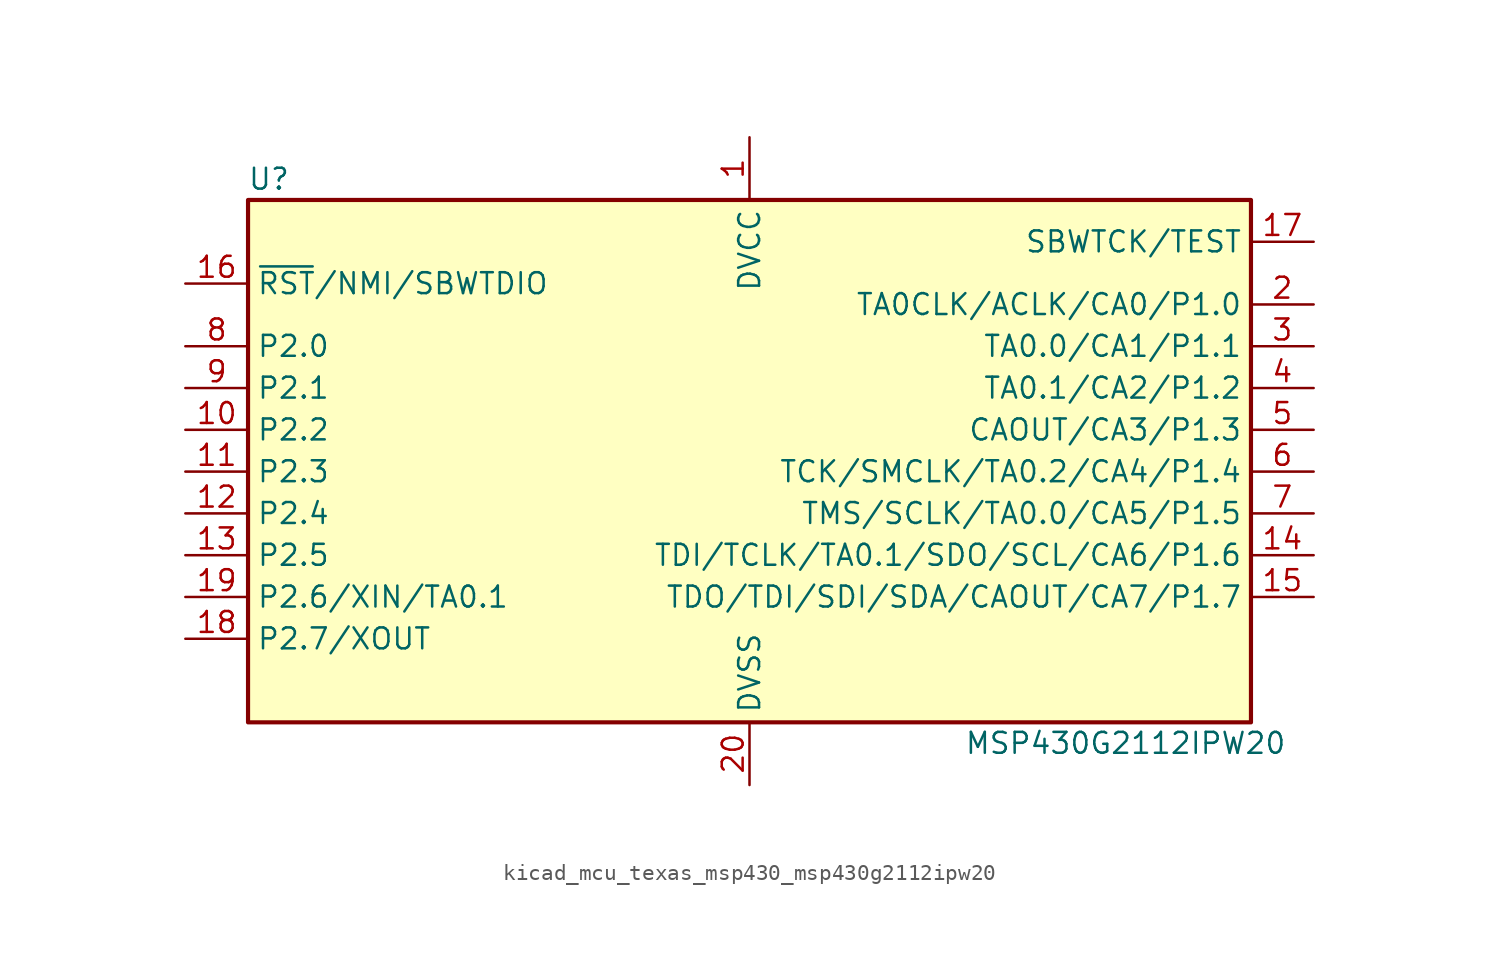
<source format=kicad_sym>
(kicad_symbol_lib
  (version 20220914)
  (generator kicad_symbol_editor)
  (symbol "kicad_mcu_texas_msp430_msp430g2112ipw20"
    (property "Reference" "U"
      (at -29.21 17.78 0)
      (effects (font (size 1.27 1.27))))
    (property "Value" "MSP430G2112IPW20"
      (at 22.86 -16.51 0)
      (effects (font (size 1.27 1.27))))
    (symbol "kicad_mcu_texas_msp430_msp430g2112ipw20_0_1"
      (rectangle (start -30.48 16.51) (end 30.48 -15.24) (stroke (width 0.254) (type default)) (fill (type background))))
    (symbol "kicad_mcu_texas_msp430_msp430g2112ipw20_1_1"
      (pin power_in line (at 0 20.32 270) (length 3.81) (name "DVCC" (effects (font (size 1.27 1.27)))) (number "1" (effects (font (size 1.27 1.27)))))
      (pin bidirectional line (at -34.29 2.54 0) (length 3.81) (name "P2.2" (effects (font (size 1.27 1.27)))) (number "10" (effects (font (size 1.27 1.27)))))
      (pin bidirectional line (at -34.29 0 0) (length 3.81) (name "P2.3" (effects (font (size 1.27 1.27)))) (number "11" (effects (font (size 1.27 1.27)))))
      (pin bidirectional line (at -34.29 -2.54 0) (length 3.81) (name "P2.4" (effects (font (size 1.27 1.27)))) (number "12" (effects (font (size 1.27 1.27)))))
      (pin bidirectional line (at -34.29 -5.08 0) (length 3.81) (name "P2.5" (effects (font (size 1.27 1.27)))) (number "13" (effects (font (size 1.27 1.27)))))
      (pin bidirectional line (at 34.29 -5.08 180) (length 3.81) (name "TDI/TCLK/TA0.1/SDO/SCL/CA6/P1.6" (effects (font (size 1.27 1.27)))) (number "14" (effects (font (size 1.27 1.27)))))
      (pin bidirectional line (at 34.29 -7.62 180) (length 3.81) (name "TDO/TDI/SDI/SDA/CAOUT/CA7/P1.7" (effects (font (size 1.27 1.27)))) (number "15" (effects (font (size 1.27 1.27)))))
      (pin input line (at -34.29 11.43 0) (length 3.81) (name "~{RST}/NMI/SBWTDIO" (effects (font (size 1.27 1.27)))) (number "16" (effects (font (size 1.27 1.27)))))
      (pin input line (at 34.29 13.97 180) (length 3.81) (name "SBWTCK/TEST" (effects (font (size 1.27 1.27)))) (number "17" (effects (font (size 1.27 1.27)))))
      (pin bidirectional line (at -34.29 -10.16 0) (length 3.81) (name "P2.7/XOUT" (effects (font (size 1.27 1.27)))) (number "18" (effects (font (size 1.27 1.27)))))
      (pin bidirectional line (at -34.29 -7.62 0) (length 3.81) (name "P2.6/XIN/TA0.1" (effects (font (size 1.27 1.27)))) (number "19" (effects (font (size 1.27 1.27)))))
      (pin bidirectional line (at 34.29 10.16 180) (length 3.81) (name "TA0CLK/ACLK/CA0/P1.0" (effects (font (size 1.27 1.27)))) (number "2" (effects (font (size 1.27 1.27)))))
      (pin power_in line (at 0 -19.05 90) (length 3.81) (name "DVSS" (effects (font (size 1.27 1.27)))) (number "20" (effects (font (size 1.27 1.27)))))
      (pin bidirectional line (at 34.29 7.62 180) (length 3.81) (name "TA0.0/CA1/P1.1" (effects (font (size 1.27 1.27)))) (number "3" (effects (font (size 1.27 1.27)))))
      (pin bidirectional line (at 34.29 5.08 180) (length 3.81) (name "TA0.1/CA2/P1.2" (effects (font (size 1.27 1.27)))) (number "4" (effects (font (size 1.27 1.27)))))
      (pin bidirectional line (at 34.29 2.54 180) (length 3.81) (name "CAOUT/CA3/P1.3" (effects (font (size 1.27 1.27)))) (number "5" (effects (font (size 1.27 1.27)))))
      (pin bidirectional line (at 34.29 0 180) (length 3.81) (name "TCK/SMCLK/TA0.2/CA4/P1.4" (effects (font (size 1.27 1.27)))) (number "6" (effects (font (size 1.27 1.27)))))
      (pin bidirectional line (at 34.29 -2.54 180) (length 3.81) (name "TMS/SCLK/TA0.0/CA5/P1.5" (effects (font (size 1.27 1.27)))) (number "7" (effects (font (size 1.27 1.27)))))
      (pin bidirectional line (at -34.29 7.62 0) (length 3.81) (name "P2.0" (effects (font (size 1.27 1.27)))) (number "8" (effects (font (size 1.27 1.27)))))
      (pin bidirectional line (at -34.29 5.08 0) (length 3.81) (name "P2.1" (effects (font (size 1.27 1.27)))) (number "9" (effects (font (size 1.27 1.27))))))))
</source>
